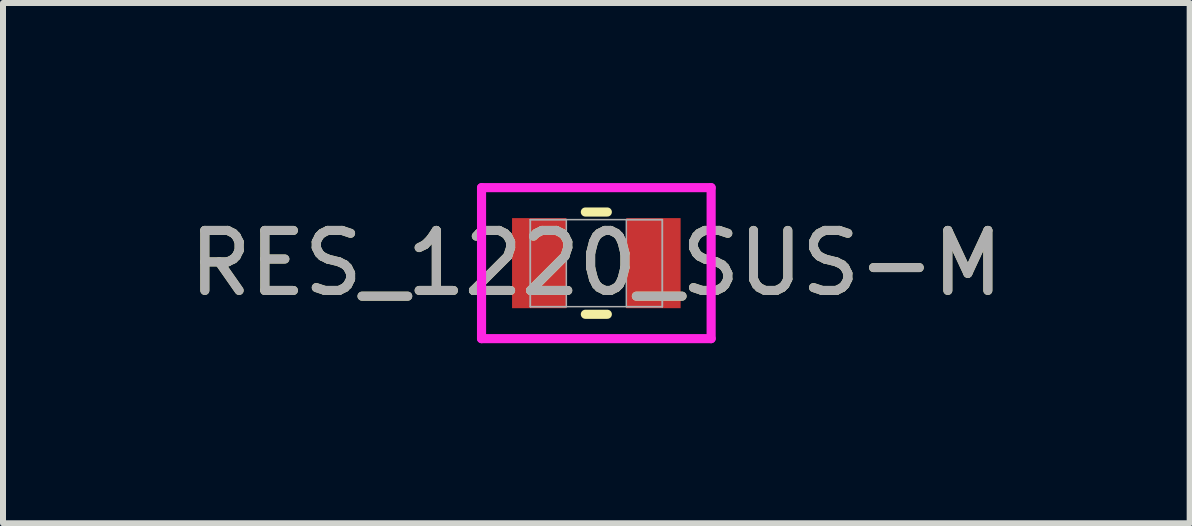
<source format=kicad_pcb>
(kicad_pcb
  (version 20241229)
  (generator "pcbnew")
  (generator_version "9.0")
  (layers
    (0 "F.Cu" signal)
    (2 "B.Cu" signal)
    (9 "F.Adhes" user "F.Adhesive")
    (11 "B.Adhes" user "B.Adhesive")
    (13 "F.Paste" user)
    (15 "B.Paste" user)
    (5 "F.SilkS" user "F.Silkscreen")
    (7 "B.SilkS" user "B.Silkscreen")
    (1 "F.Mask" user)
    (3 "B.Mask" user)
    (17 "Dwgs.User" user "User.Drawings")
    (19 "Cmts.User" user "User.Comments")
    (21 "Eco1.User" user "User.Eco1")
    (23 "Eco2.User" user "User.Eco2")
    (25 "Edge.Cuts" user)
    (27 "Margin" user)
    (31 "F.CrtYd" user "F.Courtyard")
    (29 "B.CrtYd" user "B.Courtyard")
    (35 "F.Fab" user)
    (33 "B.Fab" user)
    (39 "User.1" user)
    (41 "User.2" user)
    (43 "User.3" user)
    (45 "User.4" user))
  (footprint "RES_1220_SUS-M"
    (layer "F.Cu")
    (at 6.887 1.335)
    (property "Reference" "RES_1220_SUS-M" (at 0 0 0) (unlocked yes) (layer "F.SilkS") (effects (font (size 1 1) (thickness 0.15))))
    (attr smd)
    (fp_line (start -0.183 0.852) (end 0.183 0.852) (stroke (width 0.152) (type solid)) (layer "F.SilkS"))
    (fp_line (start 0.183 -0.852) (end -0.183 -0.852) (stroke (width 0.152) (type solid)) (layer "F.SilkS"))
    (fp_line (start -1.913 -1.258) (end 1.913 -1.258) (stroke (width 0.152) (type solid)) (layer "F.CrtYd"))
    (fp_line (start -1.913 1.258) (end -1.913 -1.258) (stroke (width 0.152) (type solid)) (layer "F.CrtYd"))
    (fp_line (start 1.913 -1.258) (end 1.913 1.258) (stroke (width 0.152) (type solid)) (layer "F.CrtYd"))
    (fp_line (start 1.913 1.258) (end -1.913 1.258) (stroke (width 0.152) (type solid)) (layer "F.CrtYd"))
    (fp_line (start -1.1 -0.725) (end -1.1 0.725) (stroke (width 0.025) (type solid)) (layer "F.Fab"))
    (fp_line (start -1.1 -0.725) (end -1.1 0.725) (stroke (width 0.025) (type solid)) (layer "F.Fab"))
    (fp_line (start -1.1 0.725) (end -0.5 0.725) (stroke (width 0.025) (type solid)) (layer "F.Fab"))
    (fp_line (start -1.1 0.725) (end 1.1 0.725) (stroke (width 0.025) (type solid)) (layer "F.Fab"))
    (fp_line (start -0.5 -0.725) (end -1.1 -0.725) (stroke (width 0.025) (type solid)) (layer "F.Fab"))
    (fp_line (start -0.5 0.725) (end -0.5 -0.725) (stroke (width 0.025) (type solid)) (layer "F.Fab"))
    (fp_line (start 0.5 -0.725) (end 0.5 0.725) (stroke (width 0.025) (type solid)) (layer "F.Fab"))
    (fp_line (start 0.5 0.725) (end 1.1 0.725) (stroke (width 0.025) (type solid)) (layer "F.Fab"))
    (fp_line (start 1.1 -0.725) (end -1.1 -0.725) (stroke (width 0.025) (type solid)) (layer "F.Fab"))
    (fp_line (start 1.1 -0.725) (end 0.5 -0.725) (stroke (width 0.025) (type solid)) (layer "F.Fab"))
    (fp_line (start 1.1 0.725) (end 1.1 -0.725) (stroke (width 0.025) (type solid)) (layer "F.Fab"))
    (fp_line (start 1.1 0.725) (end 1.1 -0.725) (stroke (width 0.025) (type solid)) (layer "F.Fab"))
    (fp_text user "${REFERENCE}" (at 0 0 0) (unlocked yes) (layer "F.Fab") (effects (font (size 1 1) (thickness 0.15))))
    (pad "1" smd rect (at -0.952 0) (size 0.905 1.501) (layers "F.Cu" "F.Mask" "F.Paste"))
    (pad "2" smd rect (at 0.952 0) (size 0.905 1.501) (layers "F.Cu" "F.Mask" "F.Paste"))
    (zone (net_name "") (layer "F.Cu") (hatch full 0.508) (connect_pads) (min_thickness 0.254) (filled_areas_thickness no) (keepout (tracks not_allowed) (vias not_allowed) (pads allowed) (copperpour not_allowed) (footprints allowed)) (placement (enabled no)) (fill) (polygon (pts (xy 6.438 0.66) (xy 7.336 0.66) (xy 7.336 2.009) (xy 6.438 2.009)))))
  (gr_rect
    (start -3 -3)
    (end 16.774 5.669)
    (stroke (width 0.1) (type default))
    (fill no)
    (layer "Edge.Cuts")))
</source>
